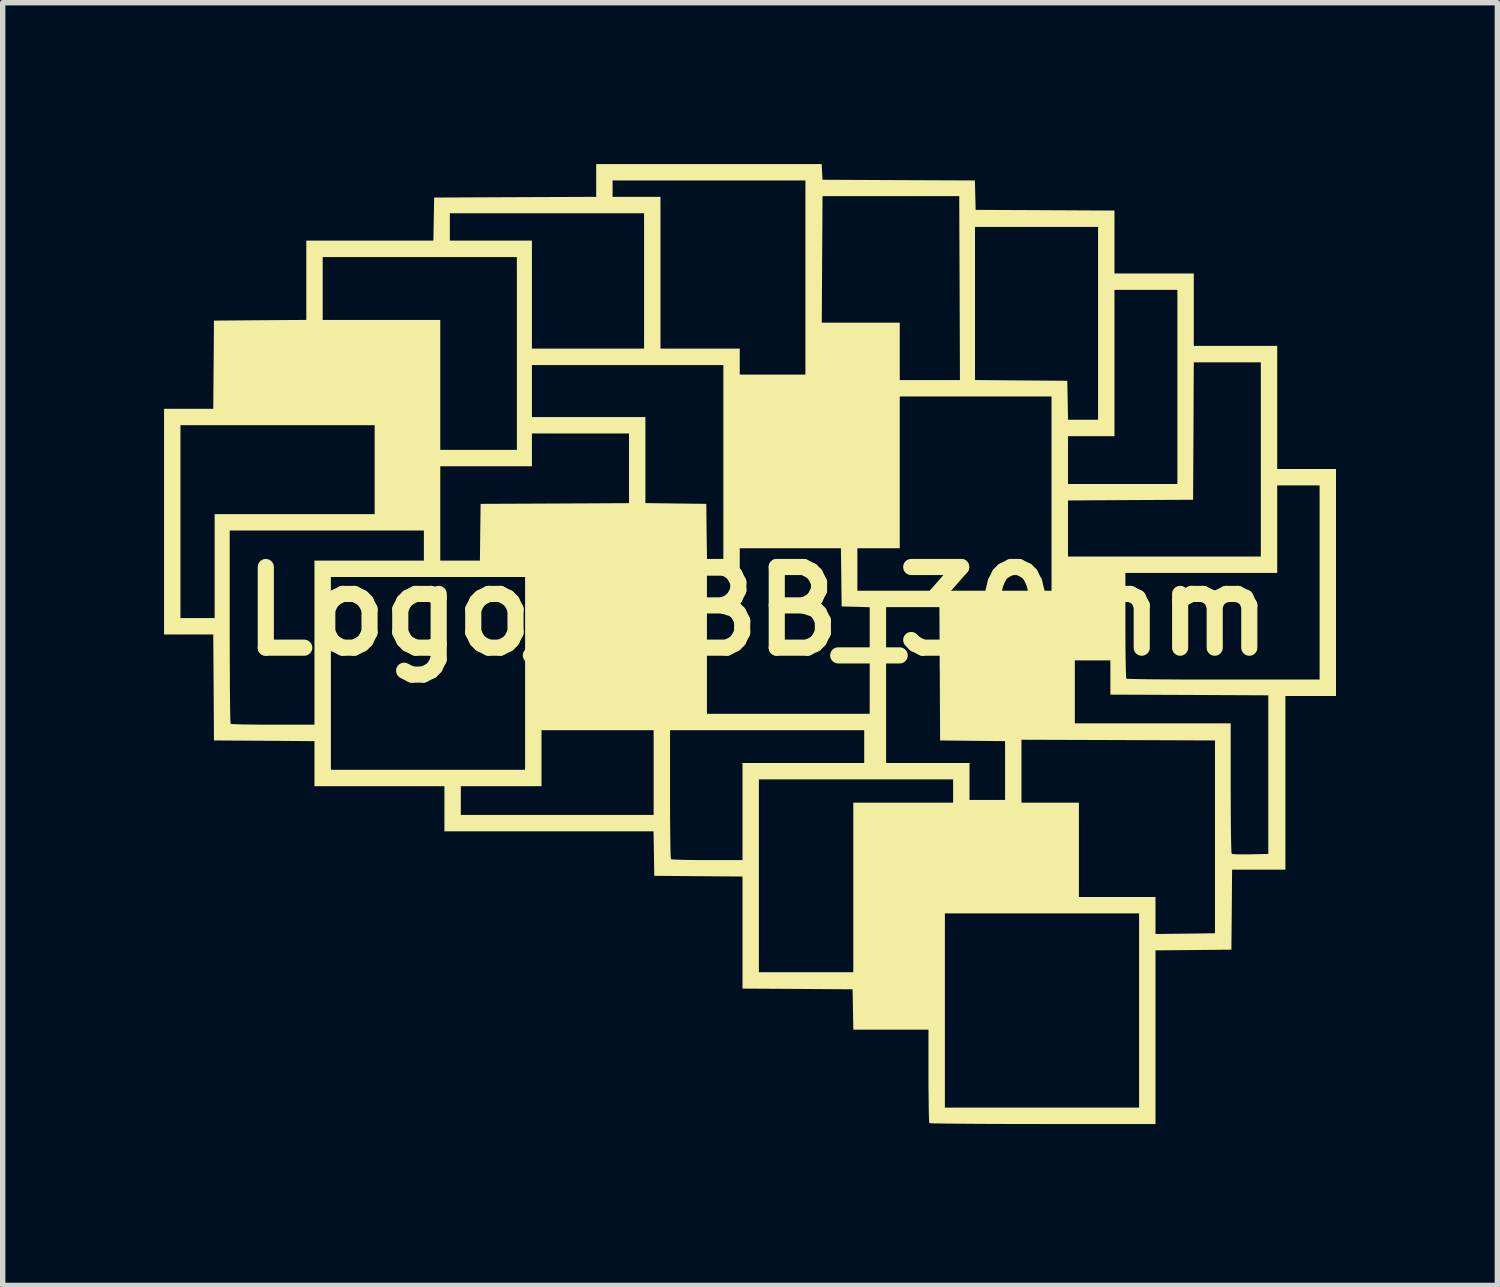
<source format=kicad_pcb>
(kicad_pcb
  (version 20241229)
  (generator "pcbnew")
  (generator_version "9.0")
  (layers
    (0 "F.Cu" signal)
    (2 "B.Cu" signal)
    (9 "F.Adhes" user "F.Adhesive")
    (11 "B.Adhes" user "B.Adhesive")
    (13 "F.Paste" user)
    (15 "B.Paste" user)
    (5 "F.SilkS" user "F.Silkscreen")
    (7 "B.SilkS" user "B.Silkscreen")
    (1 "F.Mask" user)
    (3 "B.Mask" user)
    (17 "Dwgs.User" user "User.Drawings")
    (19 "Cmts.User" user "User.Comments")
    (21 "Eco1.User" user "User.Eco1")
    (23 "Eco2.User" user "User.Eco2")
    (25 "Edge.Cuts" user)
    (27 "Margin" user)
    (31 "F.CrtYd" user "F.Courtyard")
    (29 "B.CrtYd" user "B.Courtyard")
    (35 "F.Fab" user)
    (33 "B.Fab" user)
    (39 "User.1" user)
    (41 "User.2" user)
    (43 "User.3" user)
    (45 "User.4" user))
  (footprint "Logo_NBB_30mm"
    (layer "F.Cu")
    (at 11.035 8.314)
    (property "Reference" "Logo_NBB_30mm" (at 0 0 0) (layer "F.SilkS") (effects (font (size 1.5 1.5) (thickness 0.3))))
    (attr board_only exclude_from_pos_files exclude_from_bom)
    (fp_poly (pts (xy 1.2 -8.168) (xy 1.208 -8.022) (xy 2.624 -8.015) (xy 4.041 -8.009) (xy 4.048 -7.735) (xy 4.055 -7.462) (xy 5.346 -7.456) (xy 6.636 -7.449) (xy 6.636 -6.865) (xy 6.636 -6.28) (xy 7.373 -6.28) (xy 8.111 -6.28) (xy 8.111 -5.606) (xy 8.111 -4.933) (xy 8.886 -4.933) (xy 9.662 -4.933) (xy 9.662 -3.788) (xy 9.662 -2.644) (xy 10.208 -2.644) (xy 10.755 -2.644) (xy 10.755 -0.534) (xy 10.755 1.576) (xy 10.285 1.576) (xy 9.814 1.576) (xy 9.814 3.191) (xy 9.814 4.805) (xy 9.319 4.805) (xy 8.823 4.805) (xy 8.817 5.549) (xy 8.81 6.293) (xy 8.104 6.3) (xy 7.399 6.306) (xy 7.399 7.92) (xy 7.399 9.535) (xy 5.305 9.535) (xy 4.984 9.534) (xy 4.676 9.534) (xy 4.388 9.533) (xy 4.121 9.532) (xy 3.881 9.53) (xy 3.671 9.528) (xy 3.494 9.526) (xy 3.355 9.524) (xy 3.257 9.522) (xy 3.204 9.519) (xy 3.195 9.518) (xy 3.191 9.489) (xy 3.187 9.416) (xy 3.184 9.303) (xy 3.182 9.158) (xy 3.18 8.986) (xy 3.178 8.794) (xy 3.178 8.64) (xy 3.178 7.78) (xy 2.48 7.78) (xy 1.781 7.78) (xy 1.774 7.405) (xy 1.767 7.03) (xy 0.744 7.023) (xy -0.28 7.017) (xy -0.28 5.975) (xy -0.28 4.933) (xy -1.1 4.927) (xy -1.92 4.92) (xy -1.927 4.507) (xy -1.934 4.093) (xy -3.878 4.093) (xy -5.822 4.093) (xy -5.822 3.788) (xy -5.517 3.788) (xy -3.725 3.788) (xy -1.932 3.788) (xy -1.932 3) (xy -1.932 2.212) (xy -1.627 2.212) (xy -1.627 3.403) (xy -1.627 3.644) (xy -1.626 3.87) (xy -1.624 4.075) (xy -1.622 4.254) (xy -1.62 4.402) (xy -1.617 4.514) (xy -1.614 4.585) (xy -1.61 4.61) (xy -1.581 4.615) (xy -1.508 4.619) (xy -1.398 4.623) (xy -1.258 4.625) (xy -1.095 4.627) (xy -0.937 4.627) (xy -0.28 4.627) (xy -0.28 3.725) (xy -0.28 3.127) (xy 0.025 3.127) (xy 0.025 4.92) (xy 0.025 6.712) (xy 0.903 6.712) (xy 1.78 6.712) (xy 1.78 5.619) (xy 3.483 5.619) (xy 3.483 7.424) (xy 3.483 9.229) (xy 5.288 9.229) (xy 7.094 9.229) (xy 7.094 7.424) (xy 7.094 5.619) (xy 5.288 5.619) (xy 3.483 5.619) (xy 1.78 5.619) (xy 1.78 5.136) (xy 1.78 3.56) (xy 2.708 3.56) (xy 3.636 3.56) (xy 3.636 3.343) (xy 3.636 3.127) (xy 1.831 3.127) (xy 0.025 3.127) (xy -0.28 3.127) (xy -0.28 2.822) (xy 0.852 2.822) (xy 1.983 2.822) (xy 1.983 2.517) (xy 1.983 2.212) (xy 0.178 2.212) (xy -1.627 2.212) (xy -1.932 2.212) (xy -2.975 2.212) (xy -4.017 2.212) (xy -4.017 2.733) (xy -4.017 3.254) (xy -4.767 3.254) (xy -5.517 3.254) (xy -5.517 3.521) (xy -5.517 3.788) (xy -5.822 3.788) (xy -5.822 3.674) (xy -5.822 3.254) (xy -7.03 3.254) (xy -8.238 3.254) (xy -8.238 2.835) (xy -8.238 2.416) (xy -9.172 2.409) (xy -10.107 2.403) (xy -10.113 1.417) (xy -10.12 0.432) (xy -10.577 0.432) (xy -11.035 0.432) (xy -11.035 -1.665) (xy -11.035 -3.458) (xy -10.73 -3.458) (xy -10.73 -1.665) (xy -10.73 0.127) (xy -10.412 0.127) (xy -10.094 0.127) (xy -10.094 -0.839) (xy -10.094 -1.5) (xy -9.814 -1.5) (xy -9.814 0.288) (xy -9.814 0.585) (xy -9.813 0.867) (xy -9.812 1.13) (xy -9.811 1.37) (xy -9.809 1.583) (xy -9.807 1.764) (xy -9.805 1.909) (xy -9.802 2.016) (xy -9.799 2.078) (xy -9.797 2.093) (xy -9.769 2.098) (xy -9.695 2.101) (xy -9.584 2.105) (xy -9.441 2.107) (xy -9.272 2.109) (xy -9.085 2.11) (xy -9.009 2.11) (xy -8.238 2.11) (xy -8.238 0.585) (xy -8.238 -0.636) (xy -7.933 -0.636) (xy -7.933 1.157) (xy -7.933 2.949) (xy -6.128 2.949) (xy -4.322 2.949) (xy -4.322 1.907) (xy -0.941 1.907) (xy 0.572 1.907) (xy 2.085 1.907) (xy 2.085 0.916) (xy 2.085 -0.074) (xy 2.021 -0.076) (xy 2.39 -0.076) (xy 2.39 1.373) (xy 2.39 2.822) (xy 3.165 2.822) (xy 3.941 2.822) (xy 3.941 3.165) (xy 3.941 3.509) (xy 4.271 3.509) (xy 4.602 3.509) (xy 4.602 2.963) (xy 4.602 2.416) (xy 3.998 2.41) (xy 3.394 2.403) (xy 3.394 2.39) (xy 4.907 2.39) (xy 4.907 2.975) (xy 4.907 3.56) (xy 5.441 3.56) (xy 5.975 3.56) (xy 5.975 4.437) (xy 5.975 5.314) (xy 6.687 5.314) (xy 7.399 5.314) (xy 7.399 5.658) (xy 7.399 6.001) (xy 7.952 5.995) (xy 8.505 5.988) (xy 8.505 4.195) (xy 8.505 2.403) (xy 6.706 2.396) (xy 4.907 2.39) (xy 3.394 2.39) (xy 3.388 1.163) (xy 3.386 0.915) (xy 5.899 0.915) (xy 5.899 1.5) (xy 5.899 2.085) (xy 7.348 2.085) (xy 8.797 2.085) (xy 8.797 3.288) (xy 8.798 3.531) (xy 8.799 3.758) (xy 8.8 3.964) (xy 8.802 4.145) (xy 8.805 4.295) (xy 8.808 4.409) (xy 8.811 4.482) (xy 8.815 4.509) (xy 8.846 4.516) (xy 8.917 4.52) (xy 9.019 4.521) (xy 9.142 4.521) (xy 9.164 4.52) (xy 9.496 4.513) (xy 9.496 3.038) (xy 9.496 1.564) (xy 8.028 1.557) (xy 6.56 1.551) (xy 6.56 1.233) (xy 6.56 0.915) (xy 6.229 0.915) (xy 5.899 0.915) (xy 3.386 0.915) (xy 3.383 0.263) (xy 6.839 0.263) (xy 6.84 0.481) (xy 6.841 0.682) (xy 6.843 0.862) (xy 6.846 1.015) (xy 6.849 1.135) (xy 6.852 1.216) (xy 6.856 1.253) (xy 6.856 1.254) (xy 6.884 1.257) (xy 6.958 1.26) (xy 7.075 1.262) (xy 7.231 1.265) (xy 7.421 1.267) (xy 7.641 1.268) (xy 7.887 1.27) (xy 8.156 1.271) (xy 8.442 1.271) (xy 8.662 1.271) (xy 10.45 1.271) (xy 10.45 -0.534) (xy 10.45 -2.339) (xy 10.056 -2.339) (xy 9.662 -2.339) (xy 9.662 -1.526) (xy 9.662 -0.712) (xy 8.251 -0.712) (xy 6.839 -0.712) (xy 6.839 0.263) (xy 3.383 0.263) (xy 3.381 -0.076) (xy 2.886 -0.076) (xy 2.39 -0.076) (xy 2.021 -0.076) (xy 1.824 -0.082) (xy 1.564 -0.089) (xy 1.56 -0.381) (xy 1.856 -0.381) (xy 3.661 -0.381) (xy 5.466 -0.381) (xy 5.466 -1.017) (xy 5.772 -1.017) (xy 7.564 -1.017) (xy 9.357 -1.017) (xy 9.357 -2.822) (xy 9.357 -4.627) (xy 8.734 -4.627) (xy 8.111 -4.627) (xy 8.105 -3.35) (xy 8.098 -2.072) (xy 6.935 -2.066) (xy 5.772 -2.059) (xy 5.772 -1.538) (xy 5.772 -1.017) (xy 5.466 -1.017) (xy 5.466 -2.187) (xy 5.466 -2.365) (xy 5.772 -2.365) (xy 6.789 -2.365) (xy 7.806 -2.365) (xy 7.806 -4.17) (xy 7.806 -5.975) (xy 7.221 -5.975) (xy 6.636 -5.975) (xy 6.636 -4.615) (xy 6.636 -3.254) (xy 6.204 -3.254) (xy 5.772 -3.254) (xy 5.772 -2.81) (xy 5.772 -2.365) (xy 5.466 -2.365) (xy 5.466 -3.992) (xy 4.055 -3.992) (xy 2.644 -3.992) (xy 2.644 -2.581) (xy 2.644 -1.17) (xy 2.25 -1.17) (xy 1.856 -1.17) (xy 1.856 -0.775) (xy 1.856 -0.381) (xy 1.56 -0.381) (xy 1.557 -0.629) (xy 1.55 -1.17) (xy 0.61 -1.17) (xy -0.331 -1.17) (xy -0.331 -0.915) (xy -0.331 -0.661) (xy -0.636 -0.661) (xy -0.941 -0.661) (xy -0.941 0.623) (xy -0.941 1.907) (xy -4.322 1.907) (xy -4.322 1.157) (xy -4.322 -0.636) (xy -6.128 -0.636) (xy -7.933 -0.636) (xy -8.238 -0.636) (xy -8.238 -0.941) (xy -7.221 -0.941) (xy -6.204 -0.941) (xy -5.899 -0.941) (xy -5.531 -0.941) (xy -5.162 -0.941) (xy -5.156 -1.468) (xy -5.149 -1.996) (xy -3.769 -2.002) (xy -2.39 -2.009) (xy -2.39 -2.657) (xy -2.39 -3.305) (xy -3.293 -3.305) (xy -4.195 -3.305) (xy -4.195 -3) (xy -4.195 -2.695) (xy -5.047 -2.695) (xy -5.899 -2.695) (xy -5.899 -1.818) (xy -5.899 -0.941) (xy -6.204 -0.941) (xy -6.204 -1.22) (xy -6.204 -1.5) (xy -8.009 -1.5) (xy -9.814 -1.5) (xy -10.094 -1.5) (xy -10.094 -1.805) (xy -8.607 -1.805) (xy -7.119 -1.805) (xy -7.119 -2.632) (xy -7.119 -3.458) (xy -8.924 -3.458) (xy -10.73 -3.458) (xy -11.035 -3.458) (xy -11.035 -3.763) (xy -10.577 -3.763) (xy -10.12 -3.763) (xy -10.113 -4.583) (xy -10.107 -5.403) (xy -9.248 -5.41) (xy -8.39 -5.416) (xy -8.39 -6.153) (xy -8.39 -6.585) (xy -8.085 -6.585) (xy -8.085 -6) (xy -8.085 -5.416) (xy -6.992 -5.416) (xy -5.899 -5.416) (xy -5.899 -4.208) (xy -5.899 -3) (xy -5.187 -3) (xy -4.475 -3) (xy -4.475 -4.577) (xy -4.195 -4.577) (xy -4.195 -4.093) (xy -4.195 -3.61) (xy -3.14 -3.61) (xy -2.085 -3.61) (xy -2.085 -2.81) (xy -2.085 -2.01) (xy -1.519 -2.003) (xy -0.953 -1.996) (xy -0.947 -1.481) (xy -0.94 -0.966) (xy -0.788 -0.966) (xy -0.636 -0.966) (xy -0.636 -2.771) (xy -0.636 -4.577) (xy -2.415 -4.577) (xy -4.195 -4.577) (xy -4.475 -4.577) (xy -4.475 -4.793) (xy -4.475 -6.585) (xy -6.28 -6.585) (xy -8.085 -6.585) (xy -8.39 -6.585) (xy -8.39 -6.89) (xy -7.209 -6.89) (xy -6.027 -6.89) (xy -6.02 -7.291) (xy -6.018 -7.399) (xy -5.721 -7.399) (xy -5.721 -7.145) (xy -5.721 -6.89) (xy -4.958 -6.89) (xy -4.195 -6.89) (xy -4.195 -5.886) (xy -4.195 -4.882) (xy -3.153 -4.882) (xy -2.11 -4.882) (xy -2.11 -6.14) (xy -2.11 -7.399) (xy -3.916 -7.399) (xy -5.721 -7.399) (xy -6.018 -7.399) (xy -6.013 -7.691) (xy -4.507 -7.698) (xy -3 -7.704) (xy -3 -8.009) (xy -2.695 -8.009) (xy -2.695 -7.856) (xy -2.695 -7.704) (xy -2.25 -7.704) (xy -1.805 -7.704) (xy -1.805 -6.293) (xy -1.805 -4.882) (xy -1.068 -4.882) (xy -0.331 -4.882) (xy -0.331 -4.64) (xy -0.331 -4.399) (xy 0.28 -4.399) (xy 0.89 -4.399) (xy 0.89 -5.365) (xy 1.194 -5.365) (xy 1.919 -5.365) (xy 2.644 -5.365) (xy 2.644 -4.831) (xy 2.644 -4.297) (xy 3.204 -4.297) (xy 3.763 -4.297) (xy 3.757 -6.007) (xy 3.752 -7.145) (xy 4.043 -7.145) (xy 4.043 -5.721) (xy 4.043 -4.298) (xy 4.901 -4.291) (xy 5.759 -4.284) (xy 5.766 -3.922) (xy 5.773 -3.56) (xy 6.052 -3.56) (xy 6.331 -3.56) (xy 6.331 -5.352) (xy 6.331 -7.145) (xy 5.187 -7.145) (xy 4.043 -7.145) (xy 3.752 -7.145) (xy 3.75 -7.717) (xy 2.479 -7.717) (xy 1.208 -7.717) (xy 1.201 -6.541) (xy 1.194 -5.365) (xy 0.89 -5.365) (xy 0.89 -6.204) (xy 0.89 -8.009) (xy -0.903 -8.009) (xy -2.695 -8.009) (xy -3 -8.009) (xy -3 -8.009) (xy -3 -8.314) (xy -0.904 -8.314) (xy 1.192 -8.314)) (stroke (width 0) (type solid)) (fill yes) (layer "F.SilkS")))
  (gr_rect
    (start -3 -3)
    (end 24.79 20.849)
    (stroke (width 0.1) (type default))
    (fill no)
    (layer "Edge.Cuts")))
</source>
